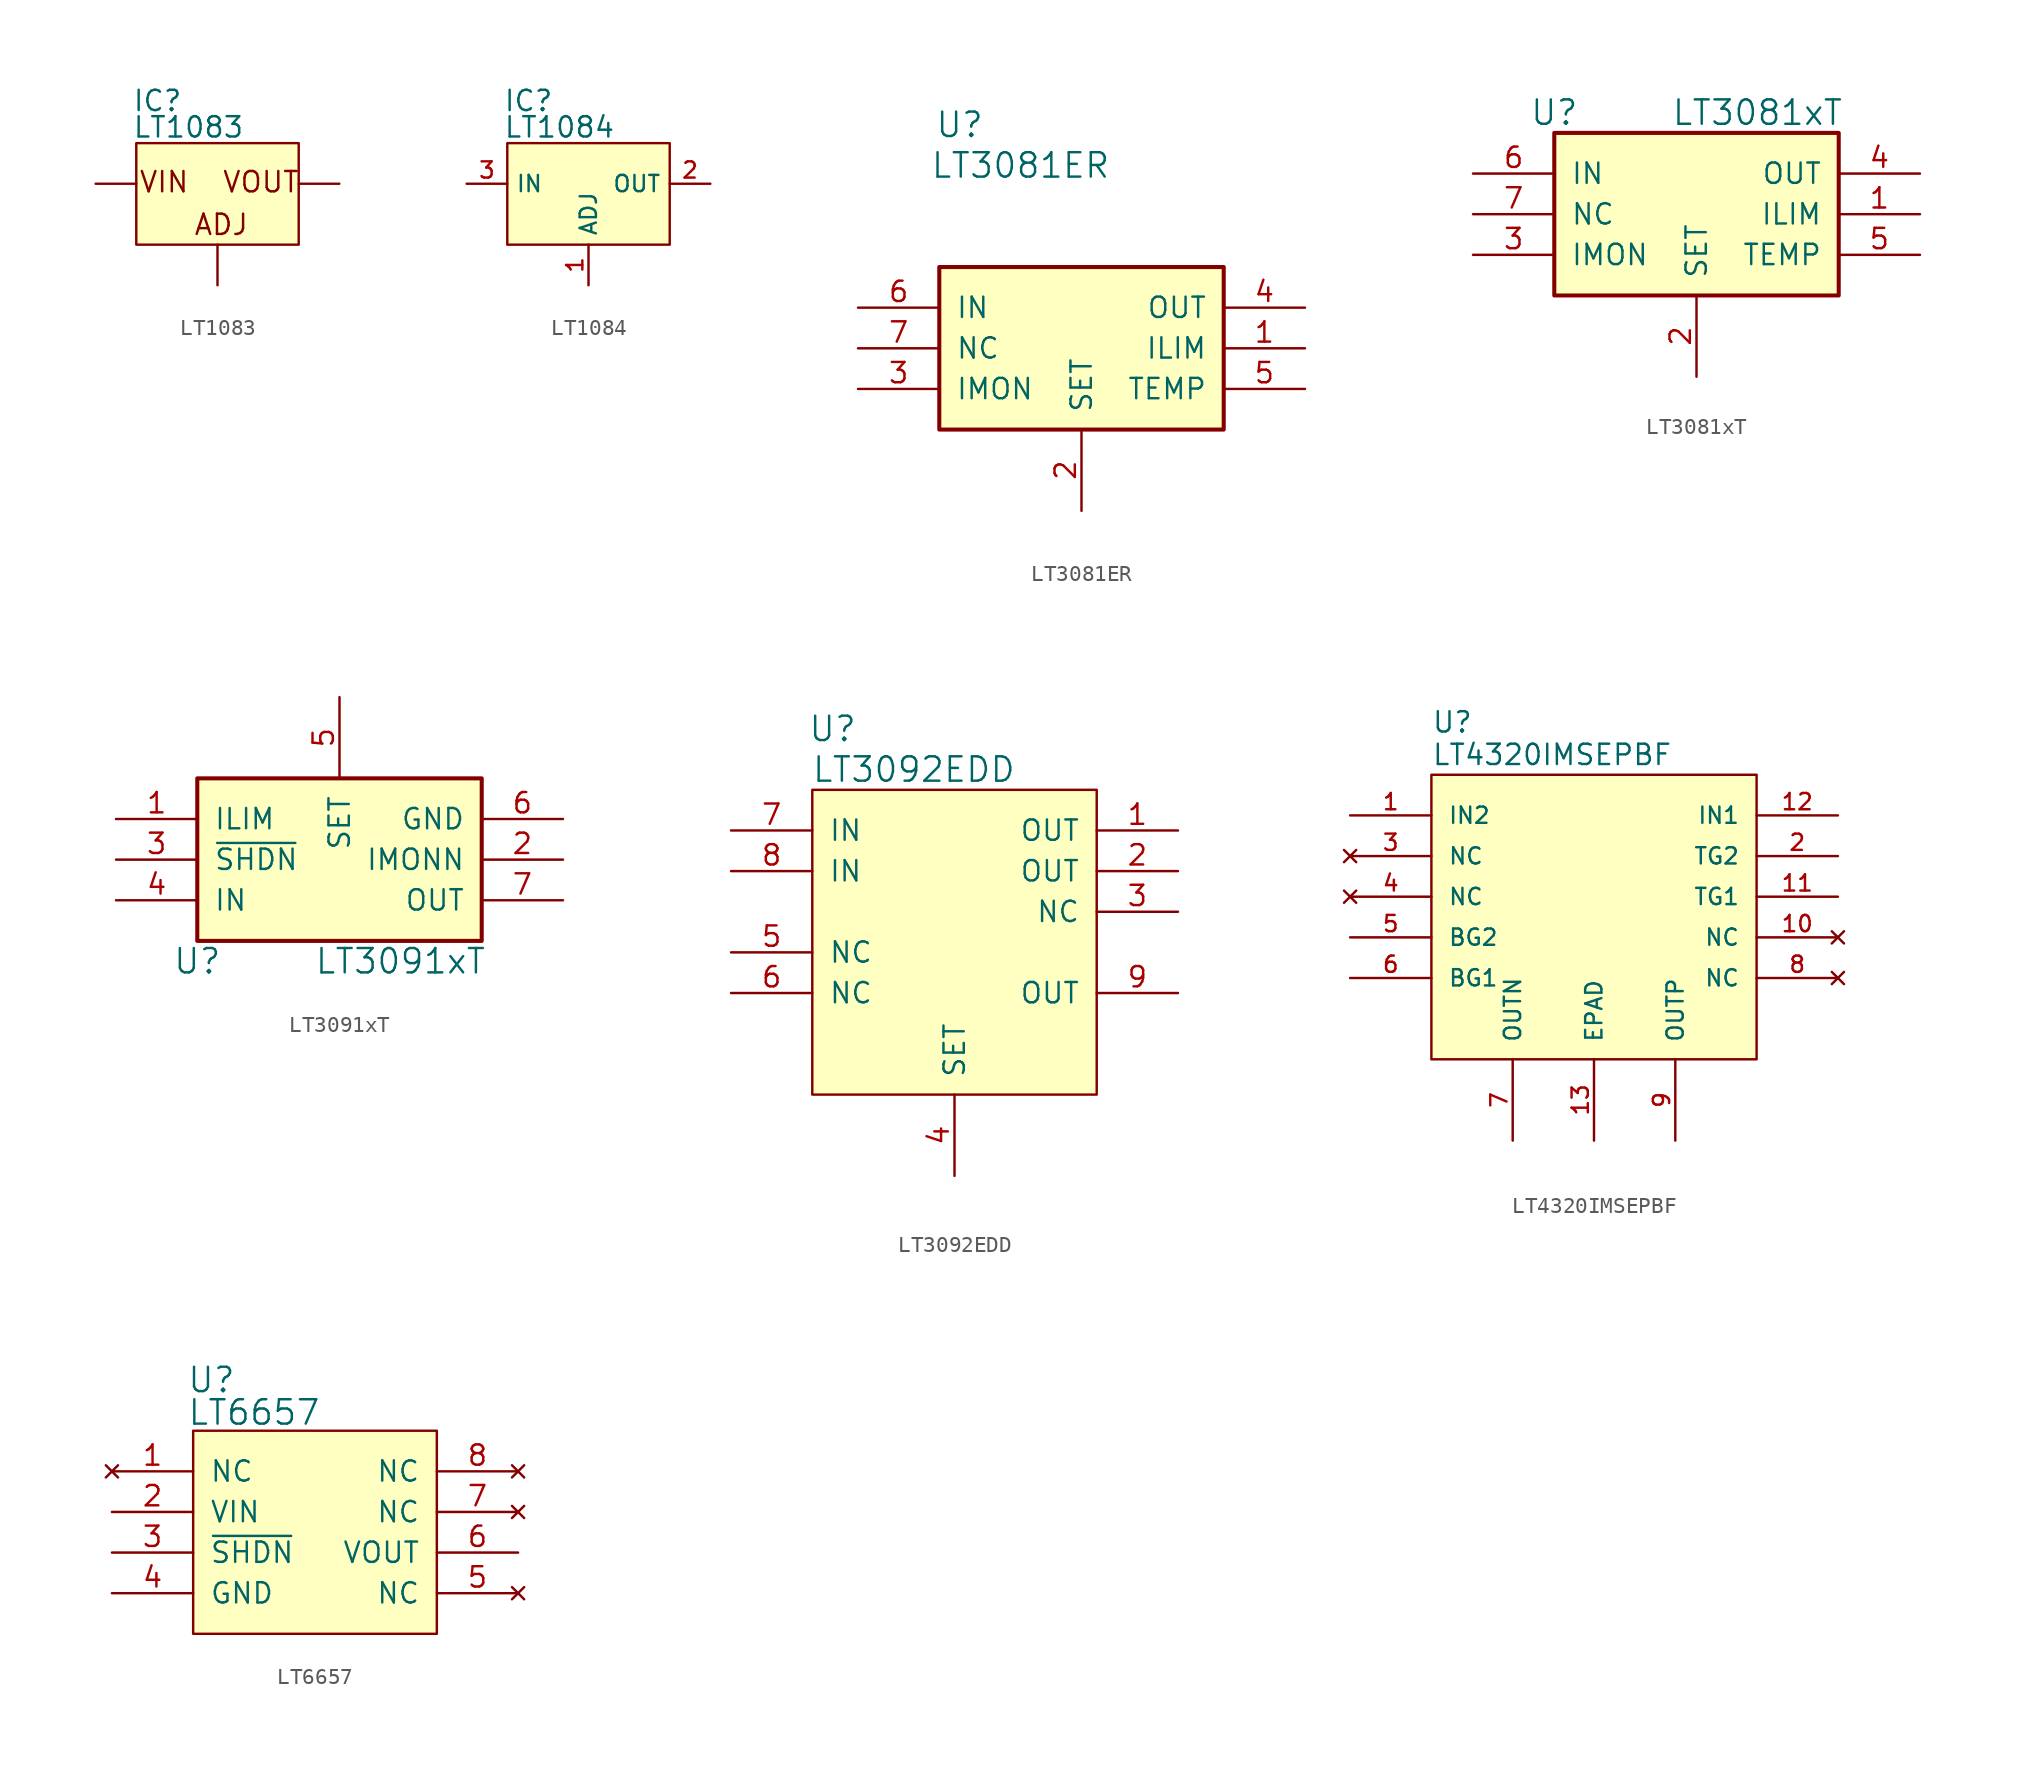
<source format=kicad_sym>
(kicad_symbol_lib
  (version 20211014)
  (generator kicad_symbol_editor)
  (symbol "LT1083"
    (pin_numbers hide)
    (pin_names
      (offset 1.016) hide)
    (property "Reference" "IC"
      (at -5.334 4.445 0)
      (effects (font (size 1.27 1.27)) (justify left bottom)))
    (property "Value" "LT1083"
      (at -5.334 2.794 0)
      (effects (font (size 1.27 1.27)) (justify left bottom)))
    (property "ki_locked" ""
      (at 0 0 0)
      (effects (font (size 1.27 1.27))))
    (symbol "LT1083_0_0"
      (rectangle (start -5.08 2.54) (end 5.08 -3.81) (stroke (width 0) (type default) (color 0 0 0 0)) (fill (type background)))
      (text "ADJ" (at -1.524 -3.302 0) (effects (font (size 1.27 1.27)) (justify left bottom)))
      (text "VIN" (at -4.953 -0.635 0) (effects (font (size 1.27 1.27)) (justify left bottom)))
      (text "VOUT" (at 0.254 -0.635 0) (effects (font (size 1.27 1.27)) (justify left bottom)))
      (pin input line (at 0 -6.35 90) (length 2.54) (name "ADJ" (effects (font (size 1.016 1.016)))) (number "1" (effects (font (size 1.016 1.016)))))
      (pin passive line (at 7.62 0 180) (length 2.54) (name "OUT" (effects (font (size 1.016 1.016)))) (number "2" (effects (font (size 1.016 1.016)))))
      (pin input line (at -7.62 0 0) (length 2.54) (name "IN" (effects (font (size 1.016 1.016)))) (number "3" (effects (font (size 1.016 1.016)))))))
  (symbol "LT1084"
    (property "Reference" "IC"
      (at -5.334 4.445 0)
      (effects (font (size 1.27 1.27)) (justify left bottom)))
    (property "Value" "LT1084"
      (at -5.334 2.794 0)
      (effects (font (size 1.27 1.27)) (justify left bottom)))
    (symbol "LT1084_0_0"
      (rectangle (start -5.08 2.54) (end 5.08 -3.81) (stroke (width 0) (type default) (color 0 0 0 0)) (fill (type background)))
      (pin input line (at 0 -6.35 90) (length 2.54) (name "ADJ" (effects (font (size 1.016 1.016)))) (number "1" (effects (font (size 1.016 1.016)))))
      (pin passive line (at 7.62 0 180) (length 2.54) (name "OUT" (effects (font (size 1.016 1.016)))) (number "2" (effects (font (size 1.016 1.016)))))
      (pin input line (at -7.62 0 0) (length 2.54) (name "IN" (effects (font (size 1.016 1.016)))) (number "3" (effects (font (size 1.016 1.016)))))))
  (symbol "LT3081ER"
    (pin_names
      (offset 1.016))
    (property "Reference" "U"
      (at -7.62 13.97 0)
      (effects (font (size 1.524 1.524))))
    (property "Value" "LT3081ER"
      (at -3.81 11.43 0)
      (effects (font (size 1.524 1.524))))
    (symbol "LT3081ER_0_1"
      (rectangle (start -8.89 5.08) (end 8.89 -5.08) (stroke (width 0.254) (type default) (color 0 0 0 0)) (fill (type background))))
    (symbol "LT3081ER_1_1"
      (pin input line (at 13.97 0 180) (length 5.08) (name "ILIM" (effects (font (size 1.27 1.27)))) (number "1" (effects (font (size 1.27 1.27)))))
      (pin input line (at 0 -10.16 90) (length 5.08) (name "SET" (effects (font (size 1.27 1.27)))) (number "2" (effects (font (size 1.27 1.27)))))
      (pin passive line (at -13.97 -2.54 0) (length 5.08) (name "IMON" (effects (font (size 1.27 1.27)))) (number "3" (effects (font (size 1.27 1.27)))))
      (pin output line (at 13.97 2.54 180) (length 5.08) (name "OUT" (effects (font (size 1.27 1.27)))) (number "4" (effects (font (size 1.27 1.27)))))
      (pin passive line (at 13.97 -2.54 180) (length 5.08) (name "TEMP" (effects (font (size 1.27 1.27)))) (number "5" (effects (font (size 1.27 1.27)))))
      (pin input line (at -13.97 2.54 0) (length 5.08) (name "IN" (effects (font (size 1.27 1.27)))) (number "6" (effects (font (size 1.27 1.27)))))
      (pin passive line (at -13.97 0 0) (length 5.08) (name "NC" (effects (font (size 1.27 1.27)))) (number "7" (effects (font (size 1.27 1.27)))))))
  (symbol "LT3081xT"
    (pin_names
      (offset 1.016))
    (property "Reference" "U"
      (at -8.89 6.35 0)
      (effects (font (size 1.524 1.524))))
    (property "Value" "LT3081xT"
      (at 3.81 6.35 0)
      (effects (font (size 1.524 1.524))))
    (symbol "LT3081xT_0_1"
      (rectangle (start -8.89 5.08) (end 8.89 -5.08) (stroke (width 0.254) (type default) (color 0 0 0 0)) (fill (type background))))
    (symbol "LT3081xT_1_1"
      (pin input line (at 13.97 0 180) (length 5.08) (name "ILIM" (effects (font (size 1.27 1.27)))) (number "1" (effects (font (size 1.27 1.27)))))
      (pin input line (at 0 -10.16 90) (length 5.08) (name "SET" (effects (font (size 1.27 1.27)))) (number "2" (effects (font (size 1.27 1.27)))))
      (pin passive line (at -13.97 -2.54 0) (length 5.08) (name "IMON" (effects (font (size 1.27 1.27)))) (number "3" (effects (font (size 1.27 1.27)))))
      (pin output line (at 13.97 2.54 180) (length 5.08) (name "OUT" (effects (font (size 1.27 1.27)))) (number "4" (effects (font (size 1.27 1.27)))))
      (pin passive line (at 13.97 -2.54 180) (length 5.08) (name "TEMP" (effects (font (size 1.27 1.27)))) (number "5" (effects (font (size 1.27 1.27)))))
      (pin input line (at -13.97 2.54 0) (length 5.08) (name "IN" (effects (font (size 1.27 1.27)))) (number "6" (effects (font (size 1.27 1.27)))))
      (pin passive line (at -13.97 0 0) (length 5.08) (name "NC" (effects (font (size 1.27 1.27)))) (number "7" (effects (font (size 1.27 1.27)))))))
  (symbol "LT3091xT"
    (pin_names
      (offset 1.016))
    (property "Reference" "U"
      (at -8.89 -6.35 0)
      (effects (font (size 1.524 1.524))))
    (property "Value" "LT3091xT"
      (at 3.81 -6.35 0)
      (effects (font (size 1.524 1.524))))
    (symbol "LT3091xT_0_1"
      (rectangle (start -8.89 -5.08) (end 8.89 5.08) (stroke (width 0.254) (type default) (color 0 0 0 0)) (fill (type background))))
    (symbol "LT3091xT_1_1"
      (pin input line (at -13.97 2.54 0) (length 5.08) (name "ILIM" (effects (font (size 1.27 1.27)))) (number "1" (effects (font (size 1.27 1.27)))))
      (pin passive line (at 13.97 0 180) (length 5.08) (name "IMONN" (effects (font (size 1.27 1.27)))) (number "2" (effects (font (size 1.27 1.27)))))
      (pin passive line (at -13.97 0 0) (length 5.08) (name "~{SHDN}" (effects (font (size 1.27 1.27)))) (number "3" (effects (font (size 1.27 1.27)))))
      (pin input line (at -13.97 -2.54 0) (length 5.08) (name "IN" (effects (font (size 1.27 1.27)))) (number "4" (effects (font (size 1.27 1.27)))))
      (pin input line (at 0 10.16 270) (length 5.08) (name "SET" (effects (font (size 1.27 1.27)))) (number "5" (effects (font (size 1.27 1.27)))))
      (pin passive line (at 13.97 2.54 180) (length 5.08) (name "GND" (effects (font (size 1.27 1.27)))) (number "6" (effects (font (size 1.27 1.27)))))
      (pin output line (at 13.97 -2.54 180) (length 5.08) (name "OUT" (effects (font (size 1.27 1.27)))) (number "7" (effects (font (size 1.27 1.27)))))))
  (symbol "LT3092EDD"
    (pin_names
      (offset 1.016))
    (property "Reference" "U"
      (at -7.62 13.97 0)
      (effects (font (size 1.524 1.524))))
    (property "Value" "LT3092EDD"
      (at -2.54 11.43 0)
      (effects (font (size 1.524 1.524))))
    (symbol "LT3092EDD_0_1"
      (rectangle (start 8.89 -8.89) (end -8.89 10.16) (stroke (width 0) (type default) (color 0 0 0 0)) (fill (type background))))
    (symbol "LT3092EDD_1_1"
      (pin passive line (at 13.97 7.62 180) (length 5.08) (name "OUT" (effects (font (size 1.27 1.27)))) (number "1" (effects (font (size 1.27 1.27)))))
      (pin passive line (at 13.97 5.08 180) (length 5.08) (name "OUT" (effects (font (size 1.27 1.27)))) (number "2" (effects (font (size 1.27 1.27)))))
      (pin passive line (at 13.97 2.54 180) (length 5.08) (name "NC" (effects (font (size 1.27 1.27)))) (number "3" (effects (font (size 1.27 1.27)))))
      (pin input line (at 0 -13.97 90) (length 5.08) (name "SET" (effects (font (size 1.27 1.27)))) (number "4" (effects (font (size 1.27 1.27)))))
      (pin passive line (at -13.97 0 0) (length 5.08) (name "NC" (effects (font (size 1.27 1.27)))) (number "5" (effects (font (size 1.27 1.27)))))
      (pin passive line (at -13.97 -2.54 0) (length 5.08) (name "NC" (effects (font (size 1.27 1.27)))) (number "6" (effects (font (size 1.27 1.27)))))
      (pin passive line (at -13.97 7.62 0) (length 5.08) (name "IN" (effects (font (size 1.27 1.27)))) (number "7" (effects (font (size 1.27 1.27)))))
      (pin passive line (at -13.97 5.08 0) (length 5.08) (name "IN" (effects (font (size 1.27 1.27)))) (number "8" (effects (font (size 1.27 1.27)))))
      (pin passive line (at 13.97 -2.54 180) (length 5.08) (name "OUT" (effects (font (size 1.27 1.27)))) (number "9" (effects (font (size 1.27 1.27)))))))
  (symbol "LT4320IMSEPBF"
    (pin_names
      (offset 1.016))
    (property "Reference" "U"
      (at -10.16 11.43 0)
      (effects (font (size 1.27 1.27)) (justify left bottom)))
    (property "Value" "LT4320IMSEPBF"
      (at -10.16 9.398 0)
      (effects (font (size 1.27 1.27)) (justify left bottom)))
    (property "ki_locked" ""
      (at 0 0 0)
      (effects (font (size 1.27 1.27))))
    (symbol "LT4320IMSEPBF_0_0"
      (pin input line (at -15.24 6.35 0) (length 5.08) (name "IN2" (effects (font (size 1.016 1.016)))) (number "1" (effects (font (size 1.016 1.016)))))
      (pin passive line (at 15.24 1.27 180) (length 5.08) (name "TG1" (effects (font (size 1.016 1.016)))) (number "11" (effects (font (size 1.016 1.016)))))
      (pin input line (at 15.24 6.35 180) (length 5.08) (name "IN1" (effects (font (size 1.016 1.016)))) (number "12" (effects (font (size 1.016 1.016)))))
      (pin no_connect line (at -15.24 3.81 0) (length 5.08) (name "NC" (effects (font (size 1.016 1.016)))) (number "3" (effects (font (size 1.016 1.016)))))
      (pin no_connect line (at -15.24 1.27 0) (length 5.08) (name "NC" (effects (font (size 1.016 1.016)))) (number "4" (effects (font (size 1.016 1.016)))))
      (pin passive line (at -15.24 -1.27 0) (length 5.08) (name "BG2" (effects (font (size 1.016 1.016)))) (number "5" (effects (font (size 1.016 1.016)))))
      (pin passive line (at -15.24 -3.81 0) (length 5.08) (name "BG1" (effects (font (size 1.016 1.016)))) (number "6" (effects (font (size 1.016 1.016)))))
      (pin no_connect line (at 15.24 -3.81 180) (length 5.08) (name "NC" (effects (font (size 1.016 1.016)))) (number "8" (effects (font (size 1.016 1.016)))))
      (pin output line (at 5.08 -13.97 90) (length 5.08) (name "OUTP" (effects (font (size 1.016 1.016)))) (number "9" (effects (font (size 1.016 1.016))))))
    (symbol "LT4320IMSEPBF_0_1"
      (rectangle (start -10.16 8.89) (end 10.16 -8.89) (stroke (width 0) (type default) (color 0 0 0 0)) (fill (type background))))
    (symbol "LT4320IMSEPBF_1_0"
      (pin no_connect line (at 15.24 -1.27 180) (length 5.08) (name "NC" (effects (font (size 1.016 1.016)))) (number "10" (effects (font (size 1.016 1.016)))))
      (pin passive line (at 0 -13.97 90) (length 5.08) (name "EPAD" (effects (font (size 1.016 1.016)))) (number "13" (effects (font (size 1.016 1.016)))))
      (pin passive line (at 15.24 3.81 180) (length 5.08) (name "TG2" (effects (font (size 1.016 1.016)))) (number "2" (effects (font (size 1.016 1.016)))))
      (pin output line (at -5.08 -13.97 90) (length 5.08) (name "OUTN" (effects (font (size 1.016 1.016)))) (number "7" (effects (font (size 1.016 1.016)))))))
  (symbol "LT6657"
    (pin_names
      (offset 1.016))
    (property "Reference" "U"
      (at -6.477 10.795 0)
      (effects (font (size 1.524 1.524))))
    (property "Value" "LT6657"
      (at -3.81 8.763 0)
      (effects (font (size 1.524 1.524))))
    (symbol "LT6657_0_1"
      (rectangle (start 7.62 -5.08) (end -7.62 7.62) (stroke (width 0) (type default) (color 0 0 0 0)) (fill (type background))))
    (symbol "LT6657_1_1"
      (pin no_connect line (at -12.7 5.08 0) (length 5.08) (name "NC" (effects (font (size 1.27 1.27)))) (number "1" (effects (font (size 1.27 1.27)))))
      (pin power_in line (at -12.7 2.54 0) (length 5.08) (name "VIN" (effects (font (size 1.27 1.27)))) (number "2" (effects (font (size 1.27 1.27)))))
      (pin input line (at -12.7 0 0) (length 5.08) (name "~{SHDN}" (effects (font (size 1.27 1.27)))) (number "3" (effects (font (size 1.27 1.27)))))
      (pin passive line (at -12.7 -2.54 0) (length 5.08) (name "GND" (effects (font (size 1.27 1.27)))) (number "4" (effects (font (size 1.27 1.27)))))
      (pin no_connect line (at 12.7 -2.54 180) (length 5.08) (name "NC" (effects (font (size 1.27 1.27)))) (number "5" (effects (font (size 1.27 1.27)))))
      (pin power_out line (at 12.7 0 180) (length 5.08) (name "VOUT" (effects (font (size 1.27 1.27)))) (number "6" (effects (font (size 1.27 1.27)))))
      (pin no_connect line (at 12.7 2.54 180) (length 5.08) (name "NC" (effects (font (size 1.27 1.27)))) (number "7" (effects (font (size 1.27 1.27)))))
      (pin no_connect line (at 12.7 5.08 180) (length 5.08) (name "NC" (effects (font (size 1.27 1.27)))) (number "8" (effects (font (size 1.27 1.27))))))))
</source>
